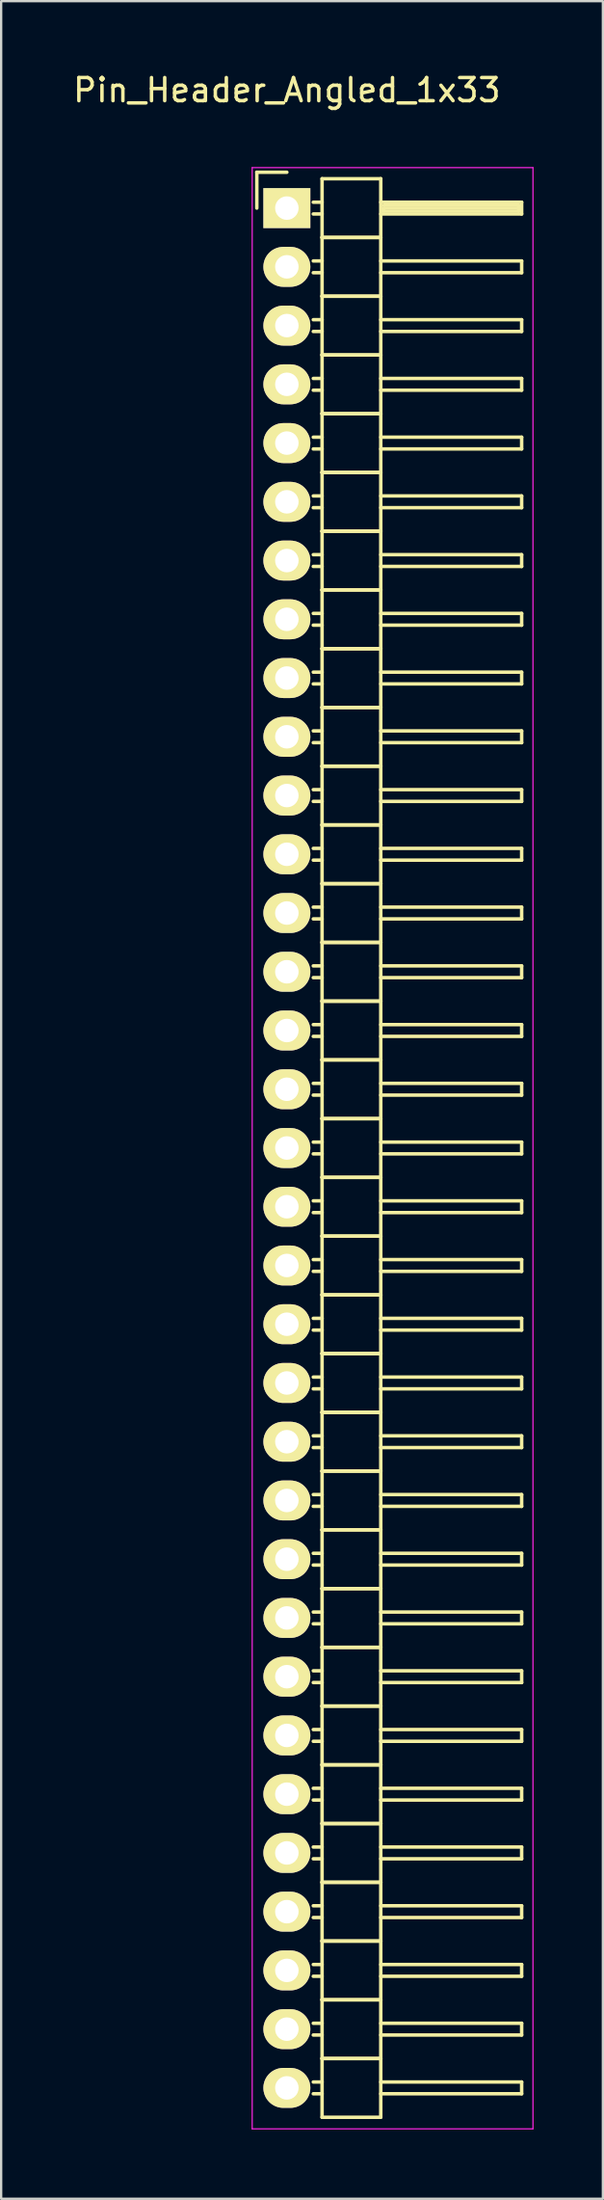
<source format=kicad_pcb>
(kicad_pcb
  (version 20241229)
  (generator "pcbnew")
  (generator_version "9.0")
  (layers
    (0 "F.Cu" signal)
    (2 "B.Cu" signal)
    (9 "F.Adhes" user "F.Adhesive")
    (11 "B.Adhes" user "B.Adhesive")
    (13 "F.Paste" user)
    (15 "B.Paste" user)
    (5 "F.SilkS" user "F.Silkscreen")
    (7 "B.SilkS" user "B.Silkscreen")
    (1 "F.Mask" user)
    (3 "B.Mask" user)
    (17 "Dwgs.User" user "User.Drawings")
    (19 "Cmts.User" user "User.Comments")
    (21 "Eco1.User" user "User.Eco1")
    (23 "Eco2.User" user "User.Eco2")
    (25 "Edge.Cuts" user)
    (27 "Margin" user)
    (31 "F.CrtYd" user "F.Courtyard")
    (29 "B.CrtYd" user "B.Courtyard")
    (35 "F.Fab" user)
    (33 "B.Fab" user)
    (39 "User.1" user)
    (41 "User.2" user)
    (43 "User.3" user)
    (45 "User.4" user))
  (footprint "Pin_Header_Angled_1x33"
    (layer "F.Cu")
    (at 9.363 5.948)
    (property "Reference" "Pin_Header_Angled_1x33" (at 0 -5.1 0) (layer "F.SilkS") (effects (font (size 1 1) (thickness 0.15))))
    (attr through_hole)
    (fp_line (start -1.3 -1.55) (end -1.3 0) (stroke (width 0.15) (type solid)) (layer "F.SilkS"))
    (fp_line (start 0 -1.55) (end -1.3 -1.55) (stroke (width 0.15) (type solid)) (layer "F.SilkS"))
    (fp_line (start 1.524 -1.27) (end 1.524 1.27) (stroke (width 0.15) (type solid)) (layer "F.SilkS"))
    (fp_line (start 1.524 -1.27) (end 4.064 -1.27) (stroke (width 0.15) (type solid)) (layer "F.SilkS"))
    (fp_line (start 1.524 -0.254) (end 1.143 -0.254) (stroke (width 0.15) (type solid)) (layer "F.SilkS"))
    (fp_line (start 1.524 0.254) (end 1.143 0.254) (stroke (width 0.15) (type solid)) (layer "F.SilkS"))
    (fp_line (start 1.524 1.27) (end 1.524 3.81) (stroke (width 0.15) (type solid)) (layer "F.SilkS"))
    (fp_line (start 1.524 1.27) (end 4.064 1.27) (stroke (width 0.15) (type solid)) (layer "F.SilkS"))
    (fp_line (start 1.524 1.27) (end 4.064 1.27) (stroke (width 0.15) (type solid)) (layer "F.SilkS"))
    (fp_line (start 1.524 2.286) (end 1.143 2.286) (stroke (width 0.15) (type solid)) (layer "F.SilkS"))
    (fp_line (start 1.524 2.794) (end 1.143 2.794) (stroke (width 0.15) (type solid)) (layer "F.SilkS"))
    (fp_line (start 1.524 3.81) (end 1.524 6.35) (stroke (width 0.15) (type solid)) (layer "F.SilkS"))
    (fp_line (start 1.524 3.81) (end 4.064 3.81) (stroke (width 0.15) (type solid)) (layer "F.SilkS"))
    (fp_line (start 1.524 3.81) (end 4.064 3.81) (stroke (width 0.15) (type solid)) (layer "F.SilkS"))
    (fp_line (start 1.524 4.826) (end 1.143 4.826) (stroke (width 0.15) (type solid)) (layer "F.SilkS"))
    (fp_line (start 1.524 5.334) (end 1.143 5.334) (stroke (width 0.15) (type solid)) (layer "F.SilkS"))
    (fp_line (start 1.524 6.35) (end 1.524 8.89) (stroke (width 0.15) (type solid)) (layer "F.SilkS"))
    (fp_line (start 1.524 6.35) (end 4.064 6.35) (stroke (width 0.15) (type solid)) (layer "F.SilkS"))
    (fp_line (start 1.524 6.35) (end 4.064 6.35) (stroke (width 0.15) (type solid)) (layer "F.SilkS"))
    (fp_line (start 1.524 7.366) (end 1.143 7.366) (stroke (width 0.15) (type solid)) (layer "F.SilkS"))
    (fp_line (start 1.524 7.874) (end 1.143 7.874) (stroke (width 0.15) (type solid)) (layer "F.SilkS"))
    (fp_line (start 1.524 8.89) (end 1.524 11.43) (stroke (width 0.15) (type solid)) (layer "F.SilkS"))
    (fp_line (start 1.524 8.89) (end 4.064 8.89) (stroke (width 0.15) (type solid)) (layer "F.SilkS"))
    (fp_line (start 1.524 8.89) (end 4.064 8.89) (stroke (width 0.15) (type solid)) (layer "F.SilkS"))
    (fp_line (start 1.524 9.906) (end 1.143 9.906) (stroke (width 0.15) (type solid)) (layer "F.SilkS"))
    (fp_line (start 1.524 10.414) (end 1.143 10.414) (stroke (width 0.15) (type solid)) (layer "F.SilkS"))
    (fp_line (start 1.524 11.43) (end 1.524 13.97) (stroke (width 0.15) (type solid)) (layer "F.SilkS"))
    (fp_line (start 1.524 11.43) (end 4.064 11.43) (stroke (width 0.15) (type solid)) (layer "F.SilkS"))
    (fp_line (start 1.524 11.43) (end 4.064 11.43) (stroke (width 0.15) (type solid)) (layer "F.SilkS"))
    (fp_line (start 1.524 12.446) (end 1.143 12.446) (stroke (width 0.15) (type solid)) (layer "F.SilkS"))
    (fp_line (start 1.524 12.954) (end 1.143 12.954) (stroke (width 0.15) (type solid)) (layer "F.SilkS"))
    (fp_line (start 1.524 13.97) (end 1.524 16.51) (stroke (width 0.15) (type solid)) (layer "F.SilkS"))
    (fp_line (start 1.524 13.97) (end 4.064 13.97) (stroke (width 0.15) (type solid)) (layer "F.SilkS"))
    (fp_line (start 1.524 13.97) (end 4.064 13.97) (stroke (width 0.15) (type solid)) (layer "F.SilkS"))
    (fp_line (start 1.524 14.986) (end 1.143 14.986) (stroke (width 0.15) (type solid)) (layer "F.SilkS"))
    (fp_line (start 1.524 15.494) (end 1.143 15.494) (stroke (width 0.15) (type solid)) (layer "F.SilkS"))
    (fp_line (start 1.524 16.51) (end 1.524 19.05) (stroke (width 0.15) (type solid)) (layer "F.SilkS"))
    (fp_line (start 1.524 16.51) (end 4.064 16.51) (stroke (width 0.15) (type solid)) (layer "F.SilkS"))
    (fp_line (start 1.524 16.51) (end 4.064 16.51) (stroke (width 0.15) (type solid)) (layer "F.SilkS"))
    (fp_line (start 1.524 17.526) (end 1.143 17.526) (stroke (width 0.15) (type solid)) (layer "F.SilkS"))
    (fp_line (start 1.524 18.034) (end 1.143 18.034) (stroke (width 0.15) (type solid)) (layer "F.SilkS"))
    (fp_line (start 1.524 19.05) (end 1.524 21.59) (stroke (width 0.15) (type solid)) (layer "F.SilkS"))
    (fp_line (start 1.524 19.05) (end 4.064 19.05) (stroke (width 0.15) (type solid)) (layer "F.SilkS"))
    (fp_line (start 1.524 19.05) (end 4.064 19.05) (stroke (width 0.15) (type solid)) (layer "F.SilkS"))
    (fp_line (start 1.524 20.066) (end 1.143 20.066) (stroke (width 0.15) (type solid)) (layer "F.SilkS"))
    (fp_line (start 1.524 20.574) (end 1.143 20.574) (stroke (width 0.15) (type solid)) (layer "F.SilkS"))
    (fp_line (start 1.524 21.59) (end 1.524 24.13) (stroke (width 0.15) (type solid)) (layer "F.SilkS"))
    (fp_line (start 1.524 21.59) (end 4.064 21.59) (stroke (width 0.15) (type solid)) (layer "F.SilkS"))
    (fp_line (start 1.524 21.59) (end 4.064 21.59) (stroke (width 0.15) (type solid)) (layer "F.SilkS"))
    (fp_line (start 1.524 22.606) (end 1.143 22.606) (stroke (width 0.15) (type solid)) (layer "F.SilkS"))
    (fp_line (start 1.524 23.114) (end 1.143 23.114) (stroke (width 0.15) (type solid)) (layer "F.SilkS"))
    (fp_line (start 1.524 24.13) (end 1.524 26.67) (stroke (width 0.15) (type solid)) (layer "F.SilkS"))
    (fp_line (start 1.524 24.13) (end 4.064 24.13) (stroke (width 0.15) (type solid)) (layer "F.SilkS"))
    (fp_line (start 1.524 24.13) (end 4.064 24.13) (stroke (width 0.15) (type solid)) (layer "F.SilkS"))
    (fp_line (start 1.524 25.146) (end 1.143 25.146) (stroke (width 0.15) (type solid)) (layer "F.SilkS"))
    (fp_line (start 1.524 25.654) (end 1.143 25.654) (stroke (width 0.15) (type solid)) (layer "F.SilkS"))
    (fp_line (start 1.524 26.67) (end 1.524 29.21) (stroke (width 0.15) (type solid)) (layer "F.SilkS"))
    (fp_line (start 1.524 26.67) (end 4.064 26.67) (stroke (width 0.15) (type solid)) (layer "F.SilkS"))
    (fp_line (start 1.524 26.67) (end 4.064 26.67) (stroke (width 0.15) (type solid)) (layer "F.SilkS"))
    (fp_line (start 1.524 27.686) (end 1.143 27.686) (stroke (width 0.15) (type solid)) (layer "F.SilkS"))
    (fp_line (start 1.524 28.194) (end 1.143 28.194) (stroke (width 0.15) (type solid)) (layer "F.SilkS"))
    (fp_line (start 1.524 29.21) (end 1.524 31.75) (stroke (width 0.15) (type solid)) (layer "F.SilkS"))
    (fp_line (start 1.524 29.21) (end 4.064 29.21) (stroke (width 0.15) (type solid)) (layer "F.SilkS"))
    (fp_line (start 1.524 29.21) (end 4.064 29.21) (stroke (width 0.15) (type solid)) (layer "F.SilkS"))
    (fp_line (start 1.524 30.226) (end 1.143 30.226) (stroke (width 0.15) (type solid)) (layer "F.SilkS"))
    (fp_line (start 1.524 30.734) (end 1.143 30.734) (stroke (width 0.15) (type solid)) (layer "F.SilkS"))
    (fp_line (start 1.524 31.75) (end 1.524 34.29) (stroke (width 0.15) (type solid)) (layer "F.SilkS"))
    (fp_line (start 1.524 31.75) (end 4.064 31.75) (stroke (width 0.15) (type solid)) (layer "F.SilkS"))
    (fp_line (start 1.524 31.75) (end 4.064 31.75) (stroke (width 0.15) (type solid)) (layer "F.SilkS"))
    (fp_line (start 1.524 32.766) (end 1.143 32.766) (stroke (width 0.15) (type solid)) (layer "F.SilkS"))
    (fp_line (start 1.524 33.274) (end 1.143 33.274) (stroke (width 0.15) (type solid)) (layer "F.SilkS"))
    (fp_line (start 1.524 34.29) (end 1.524 36.83) (stroke (width 0.15) (type solid)) (layer "F.SilkS"))
    (fp_line (start 1.524 34.29) (end 4.064 34.29) (stroke (width 0.15) (type solid)) (layer "F.SilkS"))
    (fp_line (start 1.524 34.29) (end 4.064 34.29) (stroke (width 0.15) (type solid)) (layer "F.SilkS"))
    (fp_line (start 1.524 35.306) (end 1.143 35.306) (stroke (width 0.15) (type solid)) (layer "F.SilkS"))
    (fp_line (start 1.524 35.814) (end 1.143 35.814) (stroke (width 0.15) (type solid)) (layer "F.SilkS"))
    (fp_line (start 1.524 36.83) (end 1.524 39.37) (stroke (width 0.15) (type solid)) (layer "F.SilkS"))
    (fp_line (start 1.524 36.83) (end 4.064 36.83) (stroke (width 0.15) (type solid)) (layer "F.SilkS"))
    (fp_line (start 1.524 36.83) (end 4.064 36.83) (stroke (width 0.15) (type solid)) (layer "F.SilkS"))
    (fp_line (start 1.524 37.846) (end 1.143 37.846) (stroke (width 0.15) (type solid)) (layer "F.SilkS"))
    (fp_line (start 1.524 38.354) (end 1.143 38.354) (stroke (width 0.15) (type solid)) (layer "F.SilkS"))
    (fp_line (start 1.524 39.37) (end 1.524 41.91) (stroke (width 0.15) (type solid)) (layer "F.SilkS"))
    (fp_line (start 1.524 39.37) (end 4.064 39.37) (stroke (width 0.15) (type solid)) (layer "F.SilkS"))
    (fp_line (start 1.524 39.37) (end 4.064 39.37) (stroke (width 0.15) (type solid)) (layer "F.SilkS"))
    (fp_line (start 1.524 40.386) (end 1.143 40.386) (stroke (width 0.15) (type solid)) (layer "F.SilkS"))
    (fp_line (start 1.524 40.894) (end 1.143 40.894) (stroke (width 0.15) (type solid)) (layer "F.SilkS"))
    (fp_line (start 1.524 41.91) (end 1.524 44.45) (stroke (width 0.15) (type solid)) (layer "F.SilkS"))
    (fp_line (start 1.524 41.91) (end 4.064 41.91) (stroke (width 0.15) (type solid)) (layer "F.SilkS"))
    (fp_line (start 1.524 41.91) (end 4.064 41.91) (stroke (width 0.15) (type solid)) (layer "F.SilkS"))
    (fp_line (start 1.524 42.926) (end 1.143 42.926) (stroke (width 0.15) (type solid)) (layer "F.SilkS"))
    (fp_line (start 1.524 43.434) (end 1.143 43.434) (stroke (width 0.15) (type solid)) (layer "F.SilkS"))
    (fp_line (start 1.524 44.45) (end 1.524 46.99) (stroke (width 0.15) (type solid)) (layer "F.SilkS"))
    (fp_line (start 1.524 44.45) (end 4.064 44.45) (stroke (width 0.15) (type solid)) (layer "F.SilkS"))
    (fp_line (start 1.524 44.45) (end 4.064 44.45) (stroke (width 0.15) (type solid)) (layer "F.SilkS"))
    (fp_line (start 1.524 45.466) (end 1.143 45.466) (stroke (width 0.15) (type solid)) (layer "F.SilkS"))
    (fp_line (start 1.524 45.974) (end 1.143 45.974) (stroke (width 0.15) (type solid)) (layer "F.SilkS"))
    (fp_line (start 1.524 46.99) (end 1.524 49.53) (stroke (width 0.15) (type solid)) (layer "F.SilkS"))
    (fp_line (start 1.524 46.99) (end 4.064 46.99) (stroke (width 0.15) (type solid)) (layer "F.SilkS"))
    (fp_line (start 1.524 46.99) (end 4.064 46.99) (stroke (width 0.15) (type solid)) (layer "F.SilkS"))
    (fp_line (start 1.524 48.006) (end 1.143 48.006) (stroke (width 0.15) (type solid)) (layer "F.SilkS"))
    (fp_line (start 1.524 48.514) (end 1.143 48.514) (stroke (width 0.15) (type solid)) (layer "F.SilkS"))
    (fp_line (start 1.524 49.53) (end 1.524 52.07) (stroke (width 0.15) (type solid)) (layer "F.SilkS"))
    (fp_line (start 1.524 49.53) (end 4.064 49.53) (stroke (width 0.15) (type solid)) (layer "F.SilkS"))
    (fp_line (start 1.524 49.53) (end 4.064 49.53) (stroke (width 0.15) (type solid)) (layer "F.SilkS"))
    (fp_line (start 1.524 50.546) (end 1.143 50.546) (stroke (width 0.15) (type solid)) (layer "F.SilkS"))
    (fp_line (start 1.524 51.054) (end 1.143 51.054) (stroke (width 0.15) (type solid)) (layer "F.SilkS"))
    (fp_line (start 1.524 52.07) (end 1.524 54.61) (stroke (width 0.15) (type solid)) (layer "F.SilkS"))
    (fp_line (start 1.524 52.07) (end 4.064 52.07) (stroke (width 0.15) (type solid)) (layer "F.SilkS"))
    (fp_line (start 1.524 52.07) (end 4.064 52.07) (stroke (width 0.15) (type solid)) (layer "F.SilkS"))
    (fp_line (start 1.524 53.086) (end 1.143 53.086) (stroke (width 0.15) (type solid)) (layer "F.SilkS"))
    (fp_line (start 1.524 53.594) (end 1.143 53.594) (stroke (width 0.15) (type solid)) (layer "F.SilkS"))
    (fp_line (start 1.524 54.61) (end 1.524 57.15) (stroke (width 0.15) (type solid)) (layer "F.SilkS"))
    (fp_line (start 1.524 54.61) (end 4.064 54.61) (stroke (width 0.15) (type solid)) (layer "F.SilkS"))
    (fp_line (start 1.524 54.61) (end 4.064 54.61) (stroke (width 0.15) (type solid)) (layer "F.SilkS"))
    (fp_line (start 1.524 55.626) (end 1.143 55.626) (stroke (width 0.15) (type solid)) (layer "F.SilkS"))
    (fp_line (start 1.524 56.134) (end 1.143 56.134) (stroke (width 0.15) (type solid)) (layer "F.SilkS"))
    (fp_line (start 1.524 57.15) (end 1.524 59.69) (stroke (width 0.15) (type solid)) (layer "F.SilkS"))
    (fp_line (start 1.524 57.15) (end 4.064 57.15) (stroke (width 0.15) (type solid)) (layer "F.SilkS"))
    (fp_line (start 1.524 57.15) (end 4.064 57.15) (stroke (width 0.15) (type solid)) (layer "F.SilkS"))
    (fp_line (start 1.524 58.166) (end 1.143 58.166) (stroke (width 0.15) (type solid)) (layer "F.SilkS"))
    (fp_line (start 1.524 58.674) (end 1.143 58.674) (stroke (width 0.15) (type solid)) (layer "F.SilkS"))
    (fp_line (start 1.524 59.69) (end 1.524 62.23) (stroke (width 0.15) (type solid)) (layer "F.SilkS"))
    (fp_line (start 1.524 59.69) (end 4.064 59.69) (stroke (width 0.15) (type solid)) (layer "F.SilkS"))
    (fp_line (start 1.524 59.69) (end 4.064 59.69) (stroke (width 0.15) (type solid)) (layer "F.SilkS"))
    (fp_line (start 1.524 60.706) (end 1.143 60.706) (stroke (width 0.15) (type solid)) (layer "F.SilkS"))
    (fp_line (start 1.524 61.214) (end 1.143 61.214) (stroke (width 0.15) (type solid)) (layer "F.SilkS"))
    (fp_line (start 1.524 62.23) (end 1.524 64.77) (stroke (width 0.15) (type solid)) (layer "F.SilkS"))
    (fp_line (start 1.524 62.23) (end 4.064 62.23) (stroke (width 0.15) (type solid)) (layer "F.SilkS"))
    (fp_line (start 1.524 62.23) (end 4.064 62.23) (stroke (width 0.15) (type solid)) (layer "F.SilkS"))
    (fp_line (start 1.524 63.246) (end 1.143 63.246) (stroke (width 0.15) (type solid)) (layer "F.SilkS"))
    (fp_line (start 1.524 63.754) (end 1.143 63.754) (stroke (width 0.15) (type solid)) (layer "F.SilkS"))
    (fp_line (start 1.524 64.77) (end 1.524 67.31) (stroke (width 0.15) (type solid)) (layer "F.SilkS"))
    (fp_line (start 1.524 64.77) (end 4.064 64.77) (stroke (width 0.15) (type solid)) (layer "F.SilkS"))
    (fp_line (start 1.524 64.77) (end 4.064 64.77) (stroke (width 0.15) (type solid)) (layer "F.SilkS"))
    (fp_line (start 1.524 65.786) (end 1.143 65.786) (stroke (width 0.15) (type solid)) (layer "F.SilkS"))
    (fp_line (start 1.524 66.294) (end 1.143 66.294) (stroke (width 0.15) (type solid)) (layer "F.SilkS"))
    (fp_line (start 1.524 67.31) (end 1.524 69.85) (stroke (width 0.15) (type solid)) (layer "F.SilkS"))
    (fp_line (start 1.524 67.31) (end 4.064 67.31) (stroke (width 0.15) (type solid)) (layer "F.SilkS"))
    (fp_line (start 1.524 67.31) (end 4.064 67.31) (stroke (width 0.15) (type solid)) (layer "F.SilkS"))
    (fp_line (start 1.524 68.326) (end 1.143 68.326) (stroke (width 0.15) (type solid)) (layer "F.SilkS"))
    (fp_line (start 1.524 68.834) (end 1.143 68.834) (stroke (width 0.15) (type solid)) (layer "F.SilkS"))
    (fp_line (start 1.524 69.85) (end 1.524 72.39) (stroke (width 0.15) (type solid)) (layer "F.SilkS"))
    (fp_line (start 1.524 69.85) (end 4.064 69.85) (stroke (width 0.15) (type solid)) (layer "F.SilkS"))
    (fp_line (start 1.524 69.85) (end 4.064 69.85) (stroke (width 0.15) (type solid)) (layer "F.SilkS"))
    (fp_line (start 1.524 70.866) (end 1.143 70.866) (stroke (width 0.15) (type solid)) (layer "F.SilkS"))
    (fp_line (start 1.524 71.374) (end 1.143 71.374) (stroke (width 0.15) (type solid)) (layer "F.SilkS"))
    (fp_line (start 1.524 72.39) (end 1.524 74.93) (stroke (width 0.15) (type solid)) (layer "F.SilkS"))
    (fp_line (start 1.524 72.39) (end 4.064 72.39) (stroke (width 0.15) (type solid)) (layer "F.SilkS"))
    (fp_line (start 1.524 72.39) (end 4.064 72.39) (stroke (width 0.15) (type solid)) (layer "F.SilkS"))
    (fp_line (start 1.524 73.406) (end 1.143 73.406) (stroke (width 0.15) (type solid)) (layer "F.SilkS"))
    (fp_line (start 1.524 73.914) (end 1.143 73.914) (stroke (width 0.15) (type solid)) (layer "F.SilkS"))
    (fp_line (start 1.524 74.93) (end 1.524 77.47) (stroke (width 0.15) (type solid)) (layer "F.SilkS"))
    (fp_line (start 1.524 74.93) (end 4.064 74.93) (stroke (width 0.15) (type solid)) (layer "F.SilkS"))
    (fp_line (start 1.524 74.93) (end 4.064 74.93) (stroke (width 0.15) (type solid)) (layer "F.SilkS"))
    (fp_line (start 1.524 75.946) (end 1.143 75.946) (stroke (width 0.15) (type solid)) (layer "F.SilkS"))
    (fp_line (start 1.524 76.454) (end 1.143 76.454) (stroke (width 0.15) (type solid)) (layer "F.SilkS"))
    (fp_line (start 1.524 77.47) (end 1.524 80.01) (stroke (width 0.15) (type solid)) (layer "F.SilkS"))
    (fp_line (start 1.524 77.47) (end 4.064 77.47) (stroke (width 0.15) (type solid)) (layer "F.SilkS"))
    (fp_line (start 1.524 77.47) (end 4.064 77.47) (stroke (width 0.15) (type solid)) (layer "F.SilkS"))
    (fp_line (start 1.524 78.486) (end 1.143 78.486) (stroke (width 0.15) (type solid)) (layer "F.SilkS"))
    (fp_line (start 1.524 78.994) (end 1.143 78.994) (stroke (width 0.15) (type solid)) (layer "F.SilkS"))
    (fp_line (start 1.524 80.01) (end 1.524 82.55) (stroke (width 0.15) (type solid)) (layer "F.SilkS"))
    (fp_line (start 1.524 80.01) (end 4.064 80.01) (stroke (width 0.15) (type solid)) (layer "F.SilkS"))
    (fp_line (start 1.524 80.01) (end 4.064 80.01) (stroke (width 0.15) (type solid)) (layer "F.SilkS"))
    (fp_line (start 1.524 81.026) (end 1.143 81.026) (stroke (width 0.15) (type solid)) (layer "F.SilkS"))
    (fp_line (start 1.524 81.534) (end 1.143 81.534) (stroke (width 0.15) (type solid)) (layer "F.SilkS"))
    (fp_line (start 1.524 82.55) (end 4.064 82.55) (stroke (width 0.15) (type solid)) (layer "F.SilkS"))
    (fp_line (start 4.064 -0.254) (end 10.16 -0.254) (stroke (width 0.15) (type solid)) (layer "F.SilkS"))
    (fp_line (start 4.064 1.27) (end 4.064 -1.27) (stroke (width 0.15) (type solid)) (layer "F.SilkS"))
    (fp_line (start 4.064 2.286) (end 10.16 2.286) (stroke (width 0.15) (type solid)) (layer "F.SilkS"))
    (fp_line (start 4.064 3.81) (end 4.064 1.27) (stroke (width 0.15) (type solid)) (layer "F.SilkS"))
    (fp_line (start 4.064 4.826) (end 10.16 4.826) (stroke (width 0.15) (type solid)) (layer "F.SilkS"))
    (fp_line (start 4.064 6.35) (end 4.064 3.81) (stroke (width 0.15) (type solid)) (layer "F.SilkS"))
    (fp_line (start 4.064 7.366) (end 10.16 7.366) (stroke (width 0.15) (type solid)) (layer "F.SilkS"))
    (fp_line (start 4.064 8.89) (end 4.064 6.35) (stroke (width 0.15) (type solid)) (layer "F.SilkS"))
    (fp_line (start 4.064 9.906) (end 10.16 9.906) (stroke (width 0.15) (type solid)) (layer "F.SilkS"))
    (fp_line (start 4.064 11.43) (end 4.064 8.89) (stroke (width 0.15) (type solid)) (layer "F.SilkS"))
    (fp_line (start 4.064 12.446) (end 10.16 12.446) (stroke (width 0.15) (type solid)) (layer "F.SilkS"))
    (fp_line (start 4.064 13.97) (end 4.064 11.43) (stroke (width 0.15) (type solid)) (layer "F.SilkS"))
    (fp_line (start 4.064 14.986) (end 10.16 14.986) (stroke (width 0.15) (type solid)) (layer "F.SilkS"))
    (fp_line (start 4.064 16.51) (end 4.064 13.97) (stroke (width 0.15) (type solid)) (layer "F.SilkS"))
    (fp_line (start 4.064 17.526) (end 10.16 17.526) (stroke (width 0.15) (type solid)) (layer "F.SilkS"))
    (fp_line (start 4.064 19.05) (end 4.064 16.51) (stroke (width 0.15) (type solid)) (layer "F.SilkS"))
    (fp_line (start 4.064 20.066) (end 10.16 20.066) (stroke (width 0.15) (type solid)) (layer "F.SilkS"))
    (fp_line (start 4.064 21.59) (end 4.064 19.05) (stroke (width 0.15) (type solid)) (layer "F.SilkS"))
    (fp_line (start 4.064 22.606) (end 10.16 22.606) (stroke (width 0.15) (type solid)) (layer "F.SilkS"))
    (fp_line (start 4.064 24.13) (end 4.064 21.59) (stroke (width 0.15) (type solid)) (layer "F.SilkS"))
    (fp_line (start 4.064 25.146) (end 10.16 25.146) (stroke (width 0.15) (type solid)) (layer "F.SilkS"))
    (fp_line (start 4.064 26.67) (end 4.064 24.13) (stroke (width 0.15) (type solid)) (layer "F.SilkS"))
    (fp_line (start 4.064 27.686) (end 10.16 27.686) (stroke (width 0.15) (type solid)) (layer "F.SilkS"))
    (fp_line (start 4.064 29.21) (end 4.064 26.67) (stroke (width 0.15) (type solid)) (layer "F.SilkS"))
    (fp_line (start 4.064 30.226) (end 10.16 30.226) (stroke (width 0.15) (type solid)) (layer "F.SilkS"))
    (fp_line (start 4.064 31.75) (end 4.064 29.21) (stroke (width 0.15) (type solid)) (layer "F.SilkS"))
    (fp_line (start 4.064 32.766) (end 10.16 32.766) (stroke (width 0.15) (type solid)) (layer "F.SilkS"))
    (fp_line (start 4.064 34.29) (end 4.064 31.75) (stroke (width 0.15) (type solid)) (layer "F.SilkS"))
    (fp_line (start 4.064 35.306) (end 10.16 35.306) (stroke (width 0.15) (type solid)) (layer "F.SilkS"))
    (fp_line (start 4.064 36.83) (end 4.064 34.29) (stroke (width 0.15) (type solid)) (layer "F.SilkS"))
    (fp_line (start 4.064 37.846) (end 10.16 37.846) (stroke (width 0.15) (type solid)) (layer "F.SilkS"))
    (fp_line (start 4.064 39.37) (end 4.064 36.83) (stroke (width 0.15) (type solid)) (layer "F.SilkS"))
    (fp_line (start 4.064 40.386) (end 10.16 40.386) (stroke (width 0.15) (type solid)) (layer "F.SilkS"))
    (fp_line (start 4.064 41.91) (end 4.064 39.37) (stroke (width 0.15) (type solid)) (layer "F.SilkS"))
    (fp_line (start 4.064 42.926) (end 10.16 42.926) (stroke (width 0.15) (type solid)) (layer "F.SilkS"))
    (fp_line (start 4.064 44.45) (end 4.064 41.91) (stroke (width 0.15) (type solid)) (layer "F.SilkS"))
    (fp_line (start 4.064 45.466) (end 10.16 45.466) (stroke (width 0.15) (type solid)) (layer "F.SilkS"))
    (fp_line (start 4.064 46.99) (end 4.064 44.45) (stroke (width 0.15) (type solid)) (layer "F.SilkS"))
    (fp_line (start 4.064 48.006) (end 10.16 48.006) (stroke (width 0.15) (type solid)) (layer "F.SilkS"))
    (fp_line (start 4.064 49.53) (end 4.064 46.99) (stroke (width 0.15) (type solid)) (layer "F.SilkS"))
    (fp_line (start 4.064 50.546) (end 10.16 50.546) (stroke (width 0.15) (type solid)) (layer "F.SilkS"))
    (fp_line (start 4.064 52.07) (end 4.064 49.53) (stroke (width 0.15) (type solid)) (layer "F.SilkS"))
    (fp_line (start 4.064 53.086) (end 10.16 53.086) (stroke (width 0.15) (type solid)) (layer "F.SilkS"))
    (fp_line (start 4.064 54.61) (end 4.064 52.07) (stroke (width 0.15) (type solid)) (layer "F.SilkS"))
    (fp_line (start 4.064 55.626) (end 10.16 55.626) (stroke (width 0.15) (type solid)) (layer "F.SilkS"))
    (fp_line (start 4.064 57.15) (end 4.064 54.61) (stroke (width 0.15) (type solid)) (layer "F.SilkS"))
    (fp_line (start 4.064 58.166) (end 10.16 58.166) (stroke (width 0.15) (type solid)) (layer "F.SilkS"))
    (fp_line (start 4.064 59.69) (end 4.064 57.15) (stroke (width 0.15) (type solid)) (layer "F.SilkS"))
    (fp_line (start 4.064 60.706) (end 10.16 60.706) (stroke (width 0.15) (type solid)) (layer "F.SilkS"))
    (fp_line (start 4.064 62.23) (end 4.064 59.69) (stroke (width 0.15) (type solid)) (layer "F.SilkS"))
    (fp_line (start 4.064 63.246) (end 10.16 63.246) (stroke (width 0.15) (type solid)) (layer "F.SilkS"))
    (fp_line (start 4.064 64.77) (end 4.064 62.23) (stroke (width 0.15) (type solid)) (layer "F.SilkS"))
    (fp_line (start 4.064 65.786) (end 10.16 65.786) (stroke (width 0.15) (type solid)) (layer "F.SilkS"))
    (fp_line (start 4.064 67.31) (end 4.064 64.77) (stroke (width 0.15) (type solid)) (layer "F.SilkS"))
    (fp_line (start 4.064 68.326) (end 10.16 68.326) (stroke (width 0.15) (type solid)) (layer "F.SilkS"))
    (fp_line (start 4.064 69.85) (end 4.064 67.31) (stroke (width 0.15) (type solid)) (layer "F.SilkS"))
    (fp_line (start 4.064 70.866) (end 10.16 70.866) (stroke (width 0.15) (type solid)) (layer "F.SilkS"))
    (fp_line (start 4.064 72.39) (end 4.064 69.85) (stroke (width 0.15) (type solid)) (layer "F.SilkS"))
    (fp_line (start 4.064 73.406) (end 10.16 73.406) (stroke (width 0.15) (type solid)) (layer "F.SilkS"))
    (fp_line (start 4.064 74.93) (end 4.064 72.39) (stroke (width 0.15) (type solid)) (layer "F.SilkS"))
    (fp_line (start 4.064 75.946) (end 10.16 75.946) (stroke (width 0.15) (type solid)) (layer "F.SilkS"))
    (fp_line (start 4.064 77.47) (end 4.064 74.93) (stroke (width 0.15) (type solid)) (layer "F.SilkS"))
    (fp_line (start 4.064 78.486) (end 10.16 78.486) (stroke (width 0.15) (type solid)) (layer "F.SilkS"))
    (fp_line (start 4.064 80.01) (end 4.064 77.47) (stroke (width 0.15) (type solid)) (layer "F.SilkS"))
    (fp_line (start 4.064 81.026) (end 10.16 81.026) (stroke (width 0.15) (type solid)) (layer "F.SilkS"))
    (fp_line (start 4.064 82.55) (end 4.064 80.01) (stroke (width 0.15) (type solid)) (layer "F.SilkS"))
    (fp_line (start 4.191 -0.127) (end 10.033 -0.127) (stroke (width 0.15) (type solid)) (layer "F.SilkS"))
    (fp_line (start 4.191 0) (end 10.033 0) (stroke (width 0.15) (type solid)) (layer "F.SilkS"))
    (fp_line (start 4.191 0.127) (end 4.191 0) (stroke (width 0.15) (type solid)) (layer "F.SilkS"))
    (fp_line (start 10.033 -0.127) (end 10.033 0.127) (stroke (width 0.15) (type solid)) (layer "F.SilkS"))
    (fp_line (start 10.033 0.127) (end 4.191 0.127) (stroke (width 0.15) (type solid)) (layer "F.SilkS"))
    (fp_line (start 10.16 -0.254) (end 10.16 0.254) (stroke (width 0.15) (type solid)) (layer "F.SilkS"))
    (fp_line (start 10.16 0.254) (end 4.064 0.254) (stroke (width 0.15) (type solid)) (layer "F.SilkS"))
    (fp_line (start 10.16 2.286) (end 10.16 2.794) (stroke (width 0.15) (type solid)) (layer "F.SilkS"))
    (fp_line (start 10.16 2.794) (end 4.064 2.794) (stroke (width 0.15) (type solid)) (layer "F.SilkS"))
    (fp_line (start 10.16 4.826) (end 10.16 5.334) (stroke (width 0.15) (type solid)) (layer "F.SilkS"))
    (fp_line (start 10.16 5.334) (end 4.064 5.334) (stroke (width 0.15) (type solid)) (layer "F.SilkS"))
    (fp_line (start 10.16 7.366) (end 10.16 7.874) (stroke (width 0.15) (type solid)) (layer "F.SilkS"))
    (fp_line (start 10.16 7.874) (end 4.064 7.874) (stroke (width 0.15) (type solid)) (layer "F.SilkS"))
    (fp_line (start 10.16 9.906) (end 10.16 10.414) (stroke (width 0.15) (type solid)) (layer "F.SilkS"))
    (fp_line (start 10.16 10.414) (end 4.064 10.414) (stroke (width 0.15) (type solid)) (layer "F.SilkS"))
    (fp_line (start 10.16 12.446) (end 10.16 12.954) (stroke (width 0.15) (type solid)) (layer "F.SilkS"))
    (fp_line (start 10.16 12.954) (end 4.064 12.954) (stroke (width 0.15) (type solid)) (layer "F.SilkS"))
    (fp_line (start 10.16 14.986) (end 10.16 15.494) (stroke (width 0.15) (type solid)) (layer "F.SilkS"))
    (fp_line (start 10.16 15.494) (end 4.064 15.494) (stroke (width 0.15) (type solid)) (layer "F.SilkS"))
    (fp_line (start 10.16 17.526) (end 10.16 18.034) (stroke (width 0.15) (type solid)) (layer "F.SilkS"))
    (fp_line (start 10.16 18.034) (end 4.064 18.034) (stroke (width 0.15) (type solid)) (layer "F.SilkS"))
    (fp_line (start 10.16 20.066) (end 10.16 20.574) (stroke (width 0.15) (type solid)) (layer "F.SilkS"))
    (fp_line (start 10.16 20.574) (end 4.064 20.574) (stroke (width 0.15) (type solid)) (layer "F.SilkS"))
    (fp_line (start 10.16 22.606) (end 10.16 23.114) (stroke (width 0.15) (type solid)) (layer "F.SilkS"))
    (fp_line (start 10.16 23.114) (end 4.064 23.114) (stroke (width 0.15) (type solid)) (layer "F.SilkS"))
    (fp_line (start 10.16 25.146) (end 10.16 25.654) (stroke (width 0.15) (type solid)) (layer "F.SilkS"))
    (fp_line (start 10.16 25.654) (end 4.064 25.654) (stroke (width 0.15) (type solid)) (layer "F.SilkS"))
    (fp_line (start 10.16 27.686) (end 10.16 28.194) (stroke (width 0.15) (type solid)) (layer "F.SilkS"))
    (fp_line (start 10.16 28.194) (end 4.064 28.194) (stroke (width 0.15) (type solid)) (layer "F.SilkS"))
    (fp_line (start 10.16 30.226) (end 10.16 30.734) (stroke (width 0.15) (type solid)) (layer "F.SilkS"))
    (fp_line (start 10.16 30.734) (end 4.064 30.734) (stroke (width 0.15) (type solid)) (layer "F.SilkS"))
    (fp_line (start 10.16 32.766) (end 10.16 33.274) (stroke (width 0.15) (type solid)) (layer "F.SilkS"))
    (fp_line (start 10.16 33.274) (end 4.064 33.274) (stroke (width 0.15) (type solid)) (layer "F.SilkS"))
    (fp_line (start 10.16 35.306) (end 10.16 35.814) (stroke (width 0.15) (type solid)) (layer "F.SilkS"))
    (fp_line (start 10.16 35.814) (end 4.064 35.814) (stroke (width 0.15) (type solid)) (layer "F.SilkS"))
    (fp_line (start 10.16 37.846) (end 10.16 38.354) (stroke (width 0.15) (type solid)) (layer "F.SilkS"))
    (fp_line (start 10.16 38.354) (end 4.064 38.354) (stroke (width 0.15) (type solid)) (layer "F.SilkS"))
    (fp_line (start 10.16 40.386) (end 10.16 40.894) (stroke (width 0.15) (type solid)) (layer "F.SilkS"))
    (fp_line (start 10.16 40.894) (end 4.064 40.894) (stroke (width 0.15) (type solid)) (layer "F.SilkS"))
    (fp_line (start 10.16 42.926) (end 10.16 43.434) (stroke (width 0.15) (type solid)) (layer "F.SilkS"))
    (fp_line (start 10.16 43.434) (end 4.064 43.434) (stroke (width 0.15) (type solid)) (layer "F.SilkS"))
    (fp_line (start 10.16 45.466) (end 10.16 45.974) (stroke (width 0.15) (type solid)) (layer "F.SilkS"))
    (fp_line (start 10.16 45.974) (end 4.064 45.974) (stroke (width 0.15) (type solid)) (layer "F.SilkS"))
    (fp_line (start 10.16 48.006) (end 10.16 48.514) (stroke (width 0.15) (type solid)) (layer "F.SilkS"))
    (fp_line (start 10.16 48.514) (end 4.064 48.514) (stroke (width 0.15) (type solid)) (layer "F.SilkS"))
    (fp_line (start 10.16 50.546) (end 10.16 51.054) (stroke (width 0.15) (type solid)) (layer "F.SilkS"))
    (fp_line (start 10.16 51.054) (end 4.064 51.054) (stroke (width 0.15) (type solid)) (layer "F.SilkS"))
    (fp_line (start 10.16 53.086) (end 10.16 53.594) (stroke (width 0.15) (type solid)) (layer "F.SilkS"))
    (fp_line (start 10.16 53.594) (end 4.064 53.594) (stroke (width 0.15) (type solid)) (layer "F.SilkS"))
    (fp_line (start 10.16 55.626) (end 10.16 56.134) (stroke (width 0.15) (type solid)) (layer "F.SilkS"))
    (fp_line (start 10.16 56.134) (end 4.064 56.134) (stroke (width 0.15) (type solid)) (layer "F.SilkS"))
    (fp_line (start 10.16 58.166) (end 10.16 58.674) (stroke (width 0.15) (type solid)) (layer "F.SilkS"))
    (fp_line (start 10.16 58.674) (end 4.064 58.674) (stroke (width 0.15) (type solid)) (layer "F.SilkS"))
    (fp_line (start 10.16 60.706) (end 10.16 61.214) (stroke (width 0.15) (type solid)) (layer "F.SilkS"))
    (fp_line (start 10.16 61.214) (end 4.064 61.214) (stroke (width 0.15) (type solid)) (layer "F.SilkS"))
    (fp_line (start 10.16 63.246) (end 10.16 63.754) (stroke (width 0.15) (type solid)) (layer "F.SilkS"))
    (fp_line (start 10.16 63.754) (end 4.064 63.754) (stroke (width 0.15) (type solid)) (layer "F.SilkS"))
    (fp_line (start 10.16 65.786) (end 10.16 66.294) (stroke (width 0.15) (type solid)) (layer "F.SilkS"))
    (fp_line (start 10.16 66.294) (end 4.064 66.294) (stroke (width 0.15) (type solid)) (layer "F.SilkS"))
    (fp_line (start 10.16 68.326) (end 10.16 68.834) (stroke (width 0.15) (type solid)) (layer "F.SilkS"))
    (fp_line (start 10.16 68.834) (end 4.064 68.834) (stroke (width 0.15) (type solid)) (layer "F.SilkS"))
    (fp_line (start 10.16 70.866) (end 10.16 71.374) (stroke (width 0.15) (type solid)) (layer "F.SilkS"))
    (fp_line (start 10.16 71.374) (end 4.064 71.374) (stroke (width 0.15) (type solid)) (layer "F.SilkS"))
    (fp_line (start 10.16 73.406) (end 10.16 73.914) (stroke (width 0.15) (type solid)) (layer "F.SilkS"))
    (fp_line (start 10.16 73.914) (end 4.064 73.914) (stroke (width 0.15) (type solid)) (layer "F.SilkS"))
    (fp_line (start 10.16 75.946) (end 10.16 76.454) (stroke (width 0.15) (type solid)) (layer "F.SilkS"))
    (fp_line (start 10.16 76.454) (end 4.064 76.454) (stroke (width 0.15) (type solid)) (layer "F.SilkS"))
    (fp_line (start 10.16 78.486) (end 10.16 78.994) (stroke (width 0.15) (type solid)) (layer "F.SilkS"))
    (fp_line (start 10.16 78.994) (end 4.064 78.994) (stroke (width 0.15) (type solid)) (layer "F.SilkS"))
    (fp_line (start 10.16 81.026) (end 10.16 81.534) (stroke (width 0.15) (type solid)) (layer "F.SilkS"))
    (fp_line (start 10.16 81.534) (end 4.064 81.534) (stroke (width 0.15) (type solid)) (layer "F.SilkS"))
    (fp_line (start -1.5 -1.75) (end -1.5 83.05) (stroke (width 0.05) (type solid)) (layer "F.CrtYd"))
    (fp_line (start -1.5 -1.75) (end 10.65 -1.75) (stroke (width 0.05) (type solid)) (layer "F.CrtYd"))
    (fp_line (start -1.5 83.05) (end 10.65 83.05) (stroke (width 0.05) (type solid)) (layer "F.CrtYd"))
    (fp_line (start 10.65 -1.75) (end 10.65 83.05) (stroke (width 0.05) (type solid)) (layer "F.CrtYd"))
    (pad "1" thru_hole rect (at 0 0) (size 2.032 1.727) (drill 1.016) (layers "*.Cu" "*.Mask" "F.SilkS"))
    (pad "2" thru_hole oval (at 0 2.54) (size 2.032 1.727) (drill 1.016) (layers "*.Cu" "*.Mask" "F.SilkS"))
    (pad "3" thru_hole oval (at 0 5.08) (size 2.032 1.727) (drill 1.016) (layers "*.Cu" "*.Mask" "F.SilkS"))
    (pad "4" thru_hole oval (at 0 7.62) (size 2.032 1.727) (drill 1.016) (layers "*.Cu" "*.Mask" "F.SilkS"))
    (pad "5" thru_hole oval (at 0 10.16) (size 2.032 1.727) (drill 1.016) (layers "*.Cu" "*.Mask" "F.SilkS"))
    (pad "6" thru_hole oval (at 0 12.7) (size 2.032 1.727) (drill 1.016) (layers "*.Cu" "*.Mask" "F.SilkS"))
    (pad "7" thru_hole oval (at 0 15.24) (size 2.032 1.727) (drill 1.016) (layers "*.Cu" "*.Mask" "F.SilkS"))
    (pad "8" thru_hole oval (at 0 17.78) (size 2.032 1.727) (drill 1.016) (layers "*.Cu" "*.Mask" "F.SilkS"))
    (pad "9" thru_hole oval (at 0 20.32) (size 2.032 1.727) (drill 1.016) (layers "*.Cu" "*.Mask" "F.SilkS"))
    (pad "10" thru_hole oval (at 0 22.86) (size 2.032 1.727) (drill 1.016) (layers "*.Cu" "*.Mask" "F.SilkS"))
    (pad "11" thru_hole oval (at 0 25.4) (size 2.032 1.727) (drill 1.016) (layers "*.Cu" "*.Mask" "F.SilkS"))
    (pad "12" thru_hole oval (at 0 27.94) (size 2.032 1.727) (drill 1.016) (layers "*.Cu" "*.Mask" "F.SilkS"))
    (pad "13" thru_hole oval (at 0 30.48) (size 2.032 1.727) (drill 1.016) (layers "*.Cu" "*.Mask" "F.SilkS"))
    (pad "14" thru_hole oval (at 0 33.02) (size 2.032 1.727) (drill 1.016) (layers "*.Cu" "*.Mask" "F.SilkS"))
    (pad "15" thru_hole oval (at 0 35.56) (size 2.032 1.727) (drill 1.016) (layers "*.Cu" "*.Mask" "F.SilkS"))
    (pad "16" thru_hole oval (at 0 38.1) (size 2.032 1.727) (drill 1.016) (layers "*.Cu" "*.Mask" "F.SilkS"))
    (pad "17" thru_hole oval (at 0 40.64) (size 2.032 1.727) (drill 1.016) (layers "*.Cu" "*.Mask" "F.SilkS"))
    (pad "18" thru_hole oval (at 0 43.18) (size 2.032 1.727) (drill 1.016) (layers "*.Cu" "*.Mask" "F.SilkS"))
    (pad "19" thru_hole oval (at 0 45.72) (size 2.032 1.727) (drill 1.016) (layers "*.Cu" "*.Mask" "F.SilkS"))
    (pad "20" thru_hole oval (at 0 48.26) (size 2.032 1.727) (drill 1.016) (layers "*.Cu" "*.Mask" "F.SilkS"))
    (pad "21" thru_hole oval (at 0 50.8) (size 2.032 1.727) (drill 1.016) (layers "*.Cu" "*.Mask" "F.SilkS"))
    (pad "22" thru_hole oval (at 0 53.34) (size 2.032 1.727) (drill 1.016) (layers "*.Cu" "*.Mask" "F.SilkS"))
    (pad "23" thru_hole oval (at 0 55.88) (size 2.032 1.727) (drill 1.016) (layers "*.Cu" "*.Mask" "F.SilkS"))
    (pad "24" thru_hole oval (at 0 58.42) (size 2.032 1.727) (drill 1.016) (layers "*.Cu" "*.Mask" "F.SilkS"))
    (pad "25" thru_hole oval (at 0 60.96) (size 2.032 1.727) (drill 1.016) (layers "*.Cu" "*.Mask" "F.SilkS"))
    (pad "26" thru_hole oval (at 0 63.5) (size 2.032 1.727) (drill 1.016) (layers "*.Cu" "*.Mask" "F.SilkS"))
    (pad "27" thru_hole oval (at 0 66.04) (size 2.032 1.727) (drill 1.016) (layers "*.Cu" "*.Mask" "F.SilkS"))
    (pad "28" thru_hole oval (at 0 68.58) (size 2.032 1.727) (drill 1.016) (layers "*.Cu" "*.Mask" "F.SilkS"))
    (pad "29" thru_hole oval (at 0 71.12) (size 2.032 1.727) (drill 1.016) (layers "*.Cu" "*.Mask" "F.SilkS"))
    (pad "30" thru_hole oval (at 0 73.66) (size 2.032 1.727) (drill 1.016) (layers "*.Cu" "*.Mask" "F.SilkS"))
    (pad "31" thru_hole oval (at 0 76.2) (size 2.032 1.727) (drill 1.016) (layers "*.Cu" "*.Mask" "F.SilkS"))
    (pad "32" thru_hole oval (at 0 78.74) (size 2.032 1.727) (drill 1.016) (layers "*.Cu" "*.Mask" "F.SilkS"))
    (pad "33" thru_hole oval (at 0 81.28) (size 2.032 1.727) (drill 1.016) (layers "*.Cu" "*.Mask" "F.SilkS")))
  (gr_rect
    (start -3 -3)
    (end 23.038 92.023)
    (stroke (width 0.1) (type default))
    (fill no)
    (layer "Edge.Cuts")))
</source>
